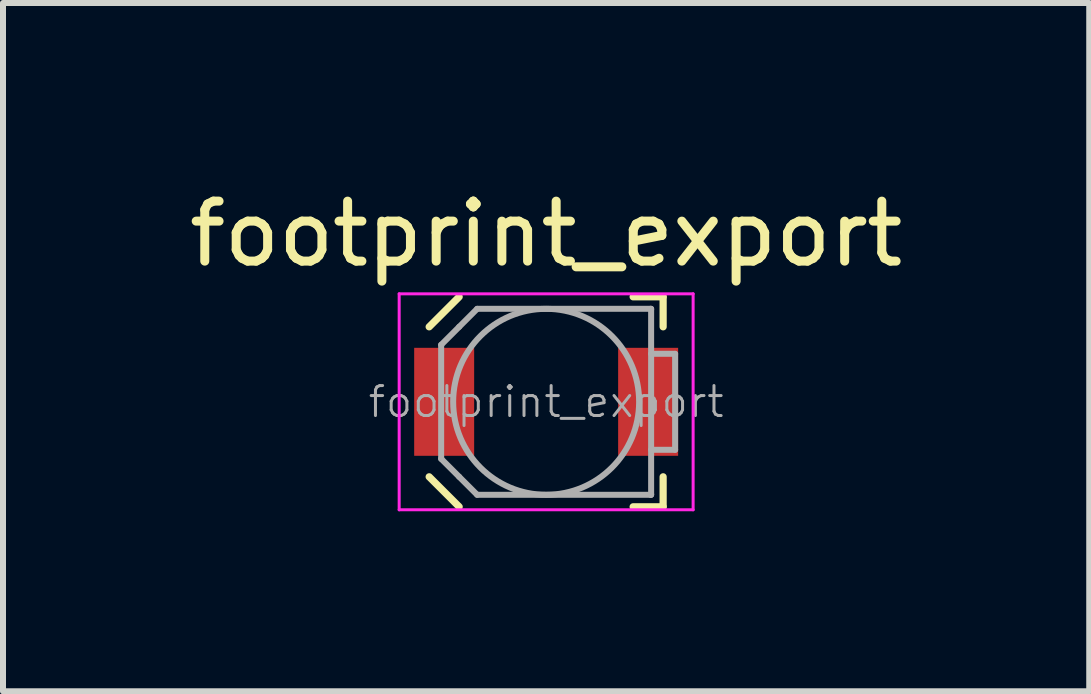
<source format=kicad_pcb>
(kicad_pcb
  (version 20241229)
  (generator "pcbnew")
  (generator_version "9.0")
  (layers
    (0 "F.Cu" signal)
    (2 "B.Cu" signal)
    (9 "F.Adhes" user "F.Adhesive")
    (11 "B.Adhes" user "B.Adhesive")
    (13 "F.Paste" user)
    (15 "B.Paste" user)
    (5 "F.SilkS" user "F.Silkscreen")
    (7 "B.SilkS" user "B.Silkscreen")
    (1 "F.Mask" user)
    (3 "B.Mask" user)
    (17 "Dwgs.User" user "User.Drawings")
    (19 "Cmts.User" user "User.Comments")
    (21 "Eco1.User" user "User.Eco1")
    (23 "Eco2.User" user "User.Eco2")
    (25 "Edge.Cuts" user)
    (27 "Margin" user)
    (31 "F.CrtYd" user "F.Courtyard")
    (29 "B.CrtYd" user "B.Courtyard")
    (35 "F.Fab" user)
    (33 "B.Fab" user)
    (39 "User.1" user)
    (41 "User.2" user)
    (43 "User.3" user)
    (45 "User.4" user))
  (footprint "footprint_export"
    (layer "F.Cu")
    (at 6.054 3.648)
    (property "Reference" "footprint_export" (at 0 -2.8 0) (layer "F.SilkS") (effects (font (size 1 1) (thickness 0.15))))
    (attr smd)
    (fp_line (start -1.95 -1.25) (end -1.45 -1.75) (stroke (width 0.12) (type solid)) (layer "F.SilkS"))
    (fp_line (start -1.95 1.25) (end -1.45 1.75) (stroke (width 0.12) (type solid)) (layer "F.SilkS"))
    (fp_line (start 1.95 -1.75) (end 1.45 -1.75) (stroke (width 0.12) (type solid)) (layer "F.SilkS"))
    (fp_line (start 1.95 -1.75) (end 1.95 -1.25) (stroke (width 0.12) (type solid)) (layer "F.SilkS"))
    (fp_line (start 1.95 1.75) (end 1.45 1.75) (stroke (width 0.12) (type solid)) (layer "F.SilkS"))
    (fp_line (start 1.95 1.75) (end 1.95 1.25) (stroke (width 0.12) (type solid)) (layer "F.SilkS"))
    (fp_line (start -2.45 -1.8) (end -2.45 1.8) (stroke (width 0.05) (type solid)) (layer "F.CrtYd"))
    (fp_line (start -2.45 1.8) (end 2.45 1.8) (stroke (width 0.05) (type solid)) (layer "F.CrtYd"))
    (fp_line (start 2.45 -1.8) (end -2.45 -1.8) (stroke (width 0.05) (type solid)) (layer "F.CrtYd"))
    (fp_line (start 2.45 1.8) (end 2.45 -1.8) (stroke (width 0.05) (type solid)) (layer "F.CrtYd"))
    (fp_line (start -1.75 -0.95) (end -1.45 -1.25) (stroke (width 0.1) (type solid)) (layer "F.Fab"))
    (fp_line (start -1.75 0.95) (end -1.75 -0.95) (stroke (width 0.1) (type solid)) (layer "F.Fab"))
    (fp_line (start -1.45 -1.25) (end -1.15 -1.55) (stroke (width 0.1) (type solid)) (layer "F.Fab"))
    (fp_line (start -1.45 1.25) (end -1.75 0.95) (stroke (width 0.1) (type solid)) (layer "F.Fab"))
    (fp_line (start -1.15 -1.55) (end 1.74 -1.55) (stroke (width 0.1) (type solid)) (layer "F.Fab"))
    (fp_line (start -1.15 1.55) (end -1.45 1.25) (stroke (width 0.1) (type solid)) (layer "F.Fab"))
    (fp_line (start 1.74 -1.55) (end 1.75 -1.55) (stroke (width 0.1) (type solid)) (layer "F.Fab"))
    (fp_line (start 1.74 1.55) (end -1.15 1.55) (stroke (width 0.1) (type solid)) (layer "F.Fab"))
    (fp_line (start 1.75 -1.55) (end 1.75 -1.54) (stroke (width 0.1) (type solid)) (layer "F.Fab"))
    (fp_line (start 1.75 -1.54) (end 1.75 1.54) (stroke (width 0.1) (type solid)) (layer "F.Fab"))
    (fp_line (start 1.75 -0.8) (end 2.15 -0.8) (stroke (width 0.1) (type solid)) (layer "F.Fab"))
    (fp_line (start 1.75 1.54) (end 1.75 1.55) (stroke (width 0.1) (type solid)) (layer "F.Fab"))
    (fp_line (start 1.75 1.55) (end 1.74 1.55) (stroke (width 0.1) (type solid)) (layer "F.Fab"))
    (fp_line (start 2.15 -0.8) (end 2.15 0.8) (stroke (width 0.1) (type solid)) (layer "F.Fab"))
    (fp_line (start 2.15 0.8) (end 1.75 0.8) (stroke (width 0.1) (type solid)) (layer "F.Fab"))
    (fp_circle (center 0 0) (end 1.55 0) (stroke (width 0.1) (type solid)) (fill no) (layer "F.Fab"))
    (fp_text user "${REFERENCE}" (at 0 0 0) (layer "F.Fab") (effects (font (size 0.5 0.5) (thickness 0.05))))
    (pad "1" smd rect (at -1.7 0) (size 1 1.8) (layers "F.Cu" "F.Mask" "F.Paste"))
    (pad "2" smd rect (at 1.7 0) (size 1 1.8) (layers "F.Cu" "F.Mask" "F.Paste")))
  (gr_rect
    (start -3 -3)
    (end 15.107 8.473)
    (stroke (width 0.1) (type default))
    (fill no)
    (layer "Edge.Cuts")))
</source>
